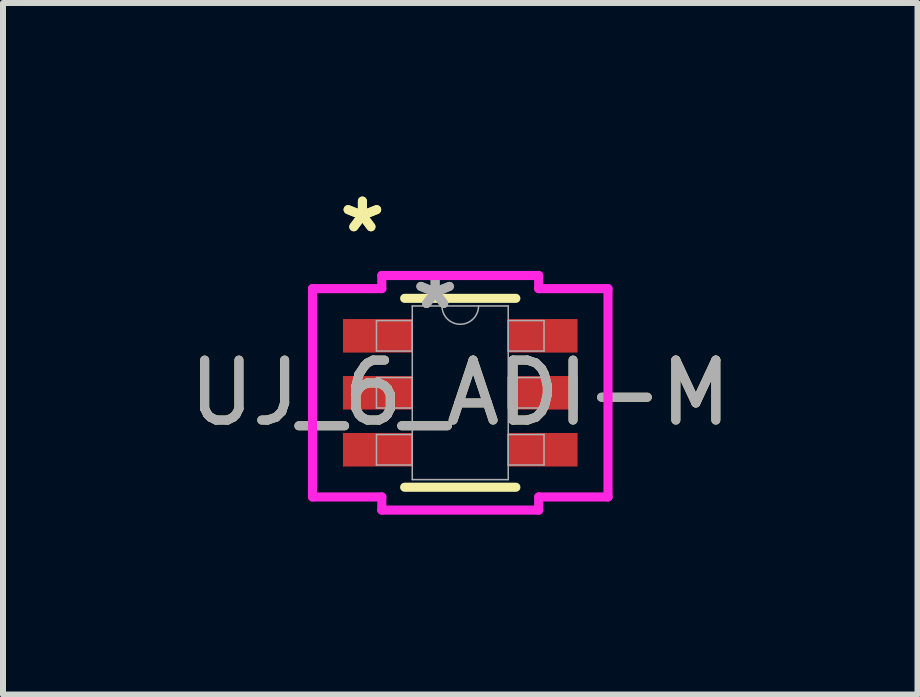
<source format=kicad_pcb>
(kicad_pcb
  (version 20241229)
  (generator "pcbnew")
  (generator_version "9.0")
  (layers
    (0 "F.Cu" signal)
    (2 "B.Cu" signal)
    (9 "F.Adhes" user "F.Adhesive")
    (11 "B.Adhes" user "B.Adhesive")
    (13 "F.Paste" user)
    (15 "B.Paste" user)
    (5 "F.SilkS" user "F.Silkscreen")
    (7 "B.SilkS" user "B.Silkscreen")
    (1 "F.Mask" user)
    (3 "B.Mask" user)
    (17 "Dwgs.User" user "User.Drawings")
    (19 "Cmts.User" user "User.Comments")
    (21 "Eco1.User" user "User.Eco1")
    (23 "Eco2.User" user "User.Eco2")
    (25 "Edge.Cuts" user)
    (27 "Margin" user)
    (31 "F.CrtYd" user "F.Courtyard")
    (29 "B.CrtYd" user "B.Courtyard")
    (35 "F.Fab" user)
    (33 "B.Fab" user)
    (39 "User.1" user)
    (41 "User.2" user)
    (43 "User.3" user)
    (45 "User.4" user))
  (footprint "UJ_6_ADI-M"
    (layer "F.Cu")
    (at 4.625 3.5)
    (property "Reference" "UJ_6_ADI-M" (at 0 0 0) (unlocked yes) (layer "F.SilkS") (effects (font (size 1 1) (thickness 0.15))))
    (attr smd)
    (fp_line (start -0.927 1.575) (end 0.927 1.575) (stroke (width 0.152) (type solid)) (layer "F.SilkS"))
    (fp_line (start 0.927 -1.575) (end -0.927 -1.575) (stroke (width 0.152) (type solid)) (layer "F.SilkS"))
    (fp_line (start -2.464 -1.737) (end -1.308 -1.737) (stroke (width 0.152) (type solid)) (layer "F.CrtYd"))
    (fp_line (start -2.464 1.737) (end -2.464 -1.737) (stroke (width 0.152) (type solid)) (layer "F.CrtYd"))
    (fp_line (start -2.464 1.737) (end -1.308 1.737) (stroke (width 0.152) (type solid)) (layer "F.CrtYd"))
    (fp_line (start -1.308 -1.956) (end 1.308 -1.956) (stroke (width 0.152) (type solid)) (layer "F.CrtYd"))
    (fp_line (start -1.308 -1.737) (end -1.308 -1.956) (stroke (width 0.152) (type solid)) (layer "F.CrtYd"))
    (fp_line (start -1.308 1.956) (end -1.308 1.737) (stroke (width 0.152) (type solid)) (layer "F.CrtYd"))
    (fp_line (start 1.308 -1.956) (end 1.308 -1.737) (stroke (width 0.152) (type solid)) (layer "F.CrtYd"))
    (fp_line (start 1.308 1.737) (end 1.308 1.956) (stroke (width 0.152) (type solid)) (layer "F.CrtYd"))
    (fp_line (start 1.308 1.956) (end -1.308 1.956) (stroke (width 0.152) (type solid)) (layer "F.CrtYd"))
    (fp_line (start 2.464 -1.737) (end 1.308 -1.737) (stroke (width 0.152) (type solid)) (layer "F.CrtYd"))
    (fp_line (start 2.464 -1.737) (end 2.464 1.737) (stroke (width 0.152) (type solid)) (layer "F.CrtYd"))
    (fp_line (start 2.464 1.737) (end 1.308 1.737) (stroke (width 0.152) (type solid)) (layer "F.CrtYd"))
    (fp_line (start -1.397 -1.204) (end -1.397 -0.696) (stroke (width 0.025) (type solid)) (layer "F.Fab"))
    (fp_line (start -1.397 -0.696) (end -0.8 -0.696) (stroke (width 0.025) (type solid)) (layer "F.Fab"))
    (fp_line (start -1.397 -0.254) (end -1.397 0.254) (stroke (width 0.025) (type solid)) (layer "F.Fab"))
    (fp_line (start -1.397 0.254) (end -0.8 0.254) (stroke (width 0.025) (type solid)) (layer "F.Fab"))
    (fp_line (start -1.397 0.696) (end -1.397 1.204) (stroke (width 0.025) (type solid)) (layer "F.Fab"))
    (fp_line (start -1.397 1.204) (end -0.8 1.204) (stroke (width 0.025) (type solid)) (layer "F.Fab"))
    (fp_line (start -0.8 -1.448) (end -0.8 1.448) (stroke (width 0.025) (type solid)) (layer "F.Fab"))
    (fp_line (start -0.8 -1.204) (end -1.397 -1.204) (stroke (width 0.025) (type solid)) (layer "F.Fab"))
    (fp_line (start -0.8 -0.696) (end -0.8 -1.204) (stroke (width 0.025) (type solid)) (layer "F.Fab"))
    (fp_line (start -0.8 -0.254) (end -1.397 -0.254) (stroke (width 0.025) (type solid)) (layer "F.Fab"))
    (fp_line (start -0.8 0.254) (end -0.8 -0.254) (stroke (width 0.025) (type solid)) (layer "F.Fab"))
    (fp_line (start -0.8 0.696) (end -1.397 0.696) (stroke (width 0.025) (type solid)) (layer "F.Fab"))
    (fp_line (start -0.8 1.204) (end -0.8 0.696) (stroke (width 0.025) (type solid)) (layer "F.Fab"))
    (fp_line (start -0.8 1.448) (end 0.8 1.448) (stroke (width 0.025) (type solid)) (layer "F.Fab"))
    (fp_line (start 0.8 -1.448) (end -0.8 -1.448) (stroke (width 0.025) (type solid)) (layer "F.Fab"))
    (fp_line (start 0.8 -1.204) (end 0.8 -0.696) (stroke (width 0.025) (type solid)) (layer "F.Fab"))
    (fp_line (start 0.8 -0.696) (end 1.397 -0.696) (stroke (width 0.025) (type solid)) (layer "F.Fab"))
    (fp_line (start 0.8 -0.254) (end 0.8 0.254) (stroke (width 0.025) (type solid)) (layer "F.Fab"))
    (fp_line (start 0.8 0.254) (end 1.397 0.254) (stroke (width 0.025) (type solid)) (layer "F.Fab"))
    (fp_line (start 0.8 0.696) (end 0.8 1.204) (stroke (width 0.025) (type solid)) (layer "F.Fab"))
    (fp_line (start 0.8 1.204) (end 1.397 1.204) (stroke (width 0.025) (type solid)) (layer "F.Fab"))
    (fp_line (start 0.8 1.448) (end 0.8 -1.448) (stroke (width 0.025) (type solid)) (layer "F.Fab"))
    (fp_line (start 1.397 -1.204) (end 0.8 -1.204) (stroke (width 0.025) (type solid)) (layer "F.Fab"))
    (fp_line (start 1.397 -0.696) (end 1.397 -1.204) (stroke (width 0.025) (type solid)) (layer "F.Fab"))
    (fp_line (start 1.397 -0.254) (end 0.8 -0.254) (stroke (width 0.025) (type solid)) (layer "F.Fab"))
    (fp_line (start 1.397 0.254) (end 1.397 -0.254) (stroke (width 0.025) (type solid)) (layer "F.Fab"))
    (fp_line (start 1.397 0.696) (end 0.8 0.696) (stroke (width 0.025) (type solid)) (layer "F.Fab"))
    (fp_line (start 1.397 1.204) (end 1.397 0.696) (stroke (width 0.025) (type solid)) (layer "F.Fab"))
    (fp_arc (start 0.3048 -1.4478) (mid 0 -1.143) (end -0.3048 -1.4478) (stroke (width 0.0254) (type solid)) (layer "F.Fab"))
    (fp_text user "*" (at -1.632 -2.652 0) (unlocked yes) (layer "F.SilkS") (effects (font (size 1 1) (thickness 0.15))))
    (fp_text user "*" (at -1.632 -2.652 0) (layer "F.SilkS") (effects (font (size 1 1) (thickness 0.15))))
    (fp_text user "${REFERENCE}" (at 0 0 0) (unlocked yes) (layer "F.Fab") (effects (font (size 1 1) (thickness 0.15))))
    (fp_text user "*" (at -0.419 -1.372 0) (unlocked yes) (layer "F.Fab") (effects (font (size 1 1) (thickness 0.15))))
    (fp_text user "*" (at -0.419 -1.372 0) (layer "F.Fab") (effects (font (size 1 1) (thickness 0.15))))
    (pad "1" smd rect (at -1.378 -0.95) (size 1.156 0.559) (layers "F.Cu" "F.Mask" "F.Paste"))
    (pad "2" smd rect (at -1.378 0) (size 1.156 0.559) (layers "F.Cu" "F.Mask" "F.Paste"))
    (pad "3" smd rect (at -1.378 0.95) (size 1.156 0.559) (layers "F.Cu" "F.Mask" "F.Paste"))
    (pad "4" smd rect (at 1.378 0.95) (size 1.156 0.559) (layers "F.Cu" "F.Mask" "F.Paste"))
    (pad "5" smd rect (at 1.378 0) (size 1.156 0.559) (layers "F.Cu" "F.Mask" "F.Paste"))
    (pad "6" smd rect (at 1.378 -0.95) (size 1.156 0.559) (layers "F.Cu" "F.Mask" "F.Paste")))
  (gr_rect
    (start -3 -3)
    (end 12.25 8.532)
    (stroke (width 0.1) (type default))
    (fill no)
    (layer "Edge.Cuts")))
</source>
